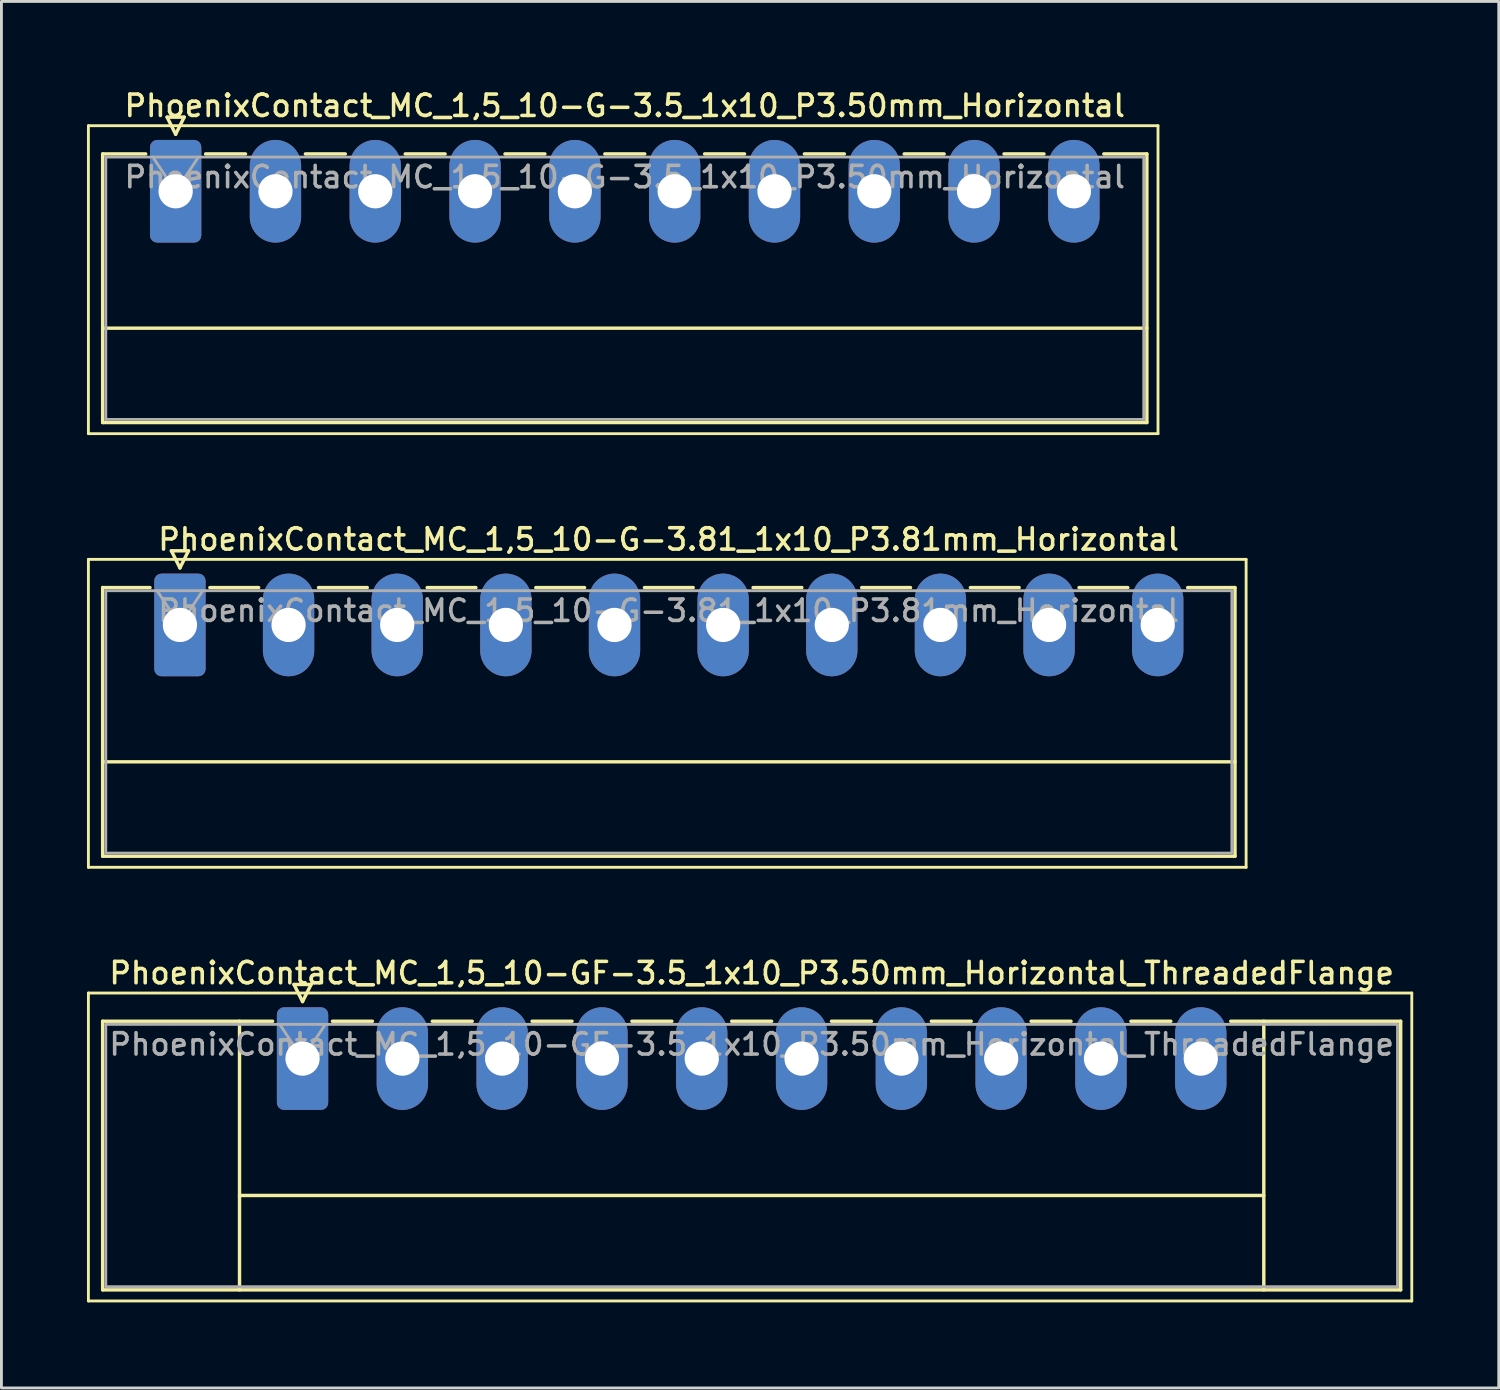
<source format=kicad_pcb>
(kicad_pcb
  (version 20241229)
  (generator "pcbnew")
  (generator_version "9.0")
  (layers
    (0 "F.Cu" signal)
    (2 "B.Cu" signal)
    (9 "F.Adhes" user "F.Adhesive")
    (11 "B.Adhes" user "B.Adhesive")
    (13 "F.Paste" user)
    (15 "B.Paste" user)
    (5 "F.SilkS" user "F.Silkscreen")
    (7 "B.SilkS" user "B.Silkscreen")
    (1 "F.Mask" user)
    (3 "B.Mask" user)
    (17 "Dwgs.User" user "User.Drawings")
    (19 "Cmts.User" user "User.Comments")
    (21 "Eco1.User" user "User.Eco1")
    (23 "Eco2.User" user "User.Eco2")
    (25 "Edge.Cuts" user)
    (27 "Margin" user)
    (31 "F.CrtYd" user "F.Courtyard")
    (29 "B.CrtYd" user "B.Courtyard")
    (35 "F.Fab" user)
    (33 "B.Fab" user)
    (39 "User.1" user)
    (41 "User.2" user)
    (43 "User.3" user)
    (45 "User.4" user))
  (footprint "PhoenixContact_MC_1,5_10-GF-3.5_1x10_P3.50mm_Horizontal_ThreadedFlange"
    (layer "F.Cu")
    (at 7.56 34.074)
    (property "Reference" "PhoenixContact_MC_1,5_10-GF-3.5_1x10_P3.50mm_Horizontal_ThreadedFlange" (at 15.75 -3 0) (layer "F.SilkS") (effects (font (size 0.75 0.75) (thickness 0.125))))
    (attr through_hole)
    (fp_line (start -7.51 -2.3) (end -7.51 8.5) (stroke (width 0.1) (type solid)) (layer "F.SilkS"))
    (fp_line (start -7.51 8.5) (end 38.9 8.5) (stroke (width 0.1) (type solid)) (layer "F.SilkS"))
    (fp_line (start -7.01 -1.31) (end -7.01 8.11) (stroke (width 0.12) (type solid)) (layer "F.SilkS"))
    (fp_line (start -7.01 -1.31) (end -1.05 -1.31) (stroke (width 0.12) (type solid)) (layer "F.SilkS"))
    (fp_line (start -7.01 8.11) (end 38.51 8.11) (stroke (width 0.12) (type solid)) (layer "F.SilkS"))
    (fp_line (start -2.21 -1.31) (end -2.21 8.11) (stroke (width 0.12) (type solid)) (layer "F.SilkS"))
    (fp_line (start -2.21 4.8) (end 33.71 4.8) (stroke (width 0.12) (type solid)) (layer "F.SilkS"))
    (fp_line (start -0.3 -2.6) (end 0.3 -2.6) (stroke (width 0.12) (type solid)) (layer "F.SilkS"))
    (fp_line (start 0 -2) (end -0.3 -2.6) (stroke (width 0.12) (type solid)) (layer "F.SilkS"))
    (fp_line (start 0.3 -2.6) (end 0 -2) (stroke (width 0.12) (type solid)) (layer "F.SilkS"))
    (fp_line (start 1.05 -1.31) (end 2.45 -1.31) (stroke (width 0.12) (type solid)) (layer "F.SilkS"))
    (fp_line (start 4.55 -1.31) (end 5.95 -1.31) (stroke (width 0.12) (type solid)) (layer "F.SilkS"))
    (fp_line (start 8.05 -1.31) (end 9.45 -1.31) (stroke (width 0.12) (type solid)) (layer "F.SilkS"))
    (fp_line (start 11.55 -1.31) (end 12.95 -1.31) (stroke (width 0.12) (type solid)) (layer "F.SilkS"))
    (fp_line (start 15.05 -1.31) (end 16.45 -1.31) (stroke (width 0.12) (type solid)) (layer "F.SilkS"))
    (fp_line (start 18.55 -1.31) (end 19.95 -1.31) (stroke (width 0.12) (type solid)) (layer "F.SilkS"))
    (fp_line (start 22.05 -1.31) (end 23.45 -1.31) (stroke (width 0.12) (type solid)) (layer "F.SilkS"))
    (fp_line (start 25.55 -1.31) (end 26.95 -1.31) (stroke (width 0.12) (type solid)) (layer "F.SilkS"))
    (fp_line (start 29.05 -1.31) (end 30.45 -1.31) (stroke (width 0.12) (type solid)) (layer "F.SilkS"))
    (fp_line (start 33.71 -1.31) (end 33.71 8.11) (stroke (width 0.12) (type solid)) (layer "F.SilkS"))
    (fp_line (start 38.51 -1.31) (end 32.55 -1.31) (stroke (width 0.12) (type solid)) (layer "F.SilkS"))
    (fp_line (start 38.51 8.11) (end 38.51 -1.31) (stroke (width 0.12) (type solid)) (layer "F.SilkS"))
    (fp_line (start 38.9 -2.3) (end -7.51 -2.3) (stroke (width 0.1) (type solid)) (layer "F.SilkS"))
    (fp_line (start 38.9 8.5) (end 38.9 -2.3) (stroke (width 0.1) (type solid)) (layer "F.SilkS"))
    (fp_line (start -6.9 -1.2) (end -6.9 8) (stroke (width 0.1) (type solid)) (layer "F.Fab"))
    (fp_line (start -6.9 8) (end 38.4 8) (stroke (width 0.1) (type solid)) (layer "F.Fab"))
    (fp_line (start 0 0) (end -0.8 -1.2) (stroke (width 0.1) (type solid)) (layer "F.Fab"))
    (fp_line (start 0.8 -1.2) (end 0 0) (stroke (width 0.1) (type solid)) (layer "F.Fab"))
    (fp_line (start 38.4 -1.2) (end -6.9 -1.2) (stroke (width 0.1) (type solid)) (layer "F.Fab"))
    (fp_line (start 38.4 8) (end 38.4 -1.2) (stroke (width 0.1) (type solid)) (layer "F.Fab"))
    (fp_text user "${REFERENCE}" (at 15.75 -0.5 0) (layer "F.Fab") (effects (font (size 0.75 0.75) (thickness 0.125))))
    (pad "1" thru_hole roundrect (at 0 0) (size 1.8 3.6) (drill 1.2) (layers "*.Cu" "*.Mask") (roundrect_rratio 0.139))
    (pad "2" thru_hole oval (at 3.5 0) (size 1.8 3.6) (drill 1.2) (layers "*.Cu" "*.Mask"))
    (pad "3" thru_hole oval (at 7 0) (size 1.8 3.6) (drill 1.2) (layers "*.Cu" "*.Mask"))
    (pad "4" thru_hole oval (at 10.5 0) (size 1.8 3.6) (drill 1.2) (layers "*.Cu" "*.Mask"))
    (pad "5" thru_hole oval (at 14 0) (size 1.8 3.6) (drill 1.2) (layers "*.Cu" "*.Mask"))
    (pad "6" thru_hole oval (at 17.5 0) (size 1.8 3.6) (drill 1.2) (layers "*.Cu" "*.Mask"))
    (pad "7" thru_hole oval (at 21 0) (size 1.8 3.6) (drill 1.2) (layers "*.Cu" "*.Mask"))
    (pad "8" thru_hole oval (at 24.5 0) (size 1.8 3.6) (drill 1.2) (layers "*.Cu" "*.Mask"))
    (pad "9" thru_hole oval (at 28 0) (size 1.8 3.6) (drill 1.2) (layers "*.Cu" "*.Mask"))
    (pad "10" thru_hole oval (at 31.5 0) (size 1.8 3.6) (drill 1.2) (layers "*.Cu" "*.Mask")))
  (footprint "PhoenixContact_MC_1,5_10-G-3.5_1x10_P3.50mm_Horizontal"
    (layer "F.Cu")
    (at 3.11 3.658)
    (property "Reference" "PhoenixContact_MC_1,5_10-G-3.5_1x10_P3.50mm_Horizontal" (at 15.75 -3 0) (layer "F.SilkS") (effects (font (size 0.75 0.75) (thickness 0.125))))
    (attr through_hole)
    (fp_line (start -3.06 -2.3) (end -3.06 8.5) (stroke (width 0.1) (type solid)) (layer "F.SilkS"))
    (fp_line (start -3.06 8.5) (end 34.45 8.5) (stroke (width 0.1) (type solid)) (layer "F.SilkS"))
    (fp_line (start -2.56 -1.31) (end -2.56 8.11) (stroke (width 0.12) (type solid)) (layer "F.SilkS"))
    (fp_line (start -2.56 -1.31) (end -1.05 -1.31) (stroke (width 0.12) (type solid)) (layer "F.SilkS"))
    (fp_line (start -2.56 4.8) (end 34.06 4.8) (stroke (width 0.12) (type solid)) (layer "F.SilkS"))
    (fp_line (start -2.56 8.11) (end 34.06 8.11) (stroke (width 0.12) (type solid)) (layer "F.SilkS"))
    (fp_line (start -0.3 -2.6) (end 0.3 -2.6) (stroke (width 0.12) (type solid)) (layer "F.SilkS"))
    (fp_line (start 0 -2) (end -0.3 -2.6) (stroke (width 0.12) (type solid)) (layer "F.SilkS"))
    (fp_line (start 0.3 -2.6) (end 0 -2) (stroke (width 0.12) (type solid)) (layer "F.SilkS"))
    (fp_line (start 1.05 -1.31) (end 2.45 -1.31) (stroke (width 0.12) (type solid)) (layer "F.SilkS"))
    (fp_line (start 4.55 -1.31) (end 5.95 -1.31) (stroke (width 0.12) (type solid)) (layer "F.SilkS"))
    (fp_line (start 8.05 -1.31) (end 9.45 -1.31) (stroke (width 0.12) (type solid)) (layer "F.SilkS"))
    (fp_line (start 11.55 -1.31) (end 12.95 -1.31) (stroke (width 0.12) (type solid)) (layer "F.SilkS"))
    (fp_line (start 15.05 -1.31) (end 16.45 -1.31) (stroke (width 0.12) (type solid)) (layer "F.SilkS"))
    (fp_line (start 18.55 -1.31) (end 19.95 -1.31) (stroke (width 0.12) (type solid)) (layer "F.SilkS"))
    (fp_line (start 22.05 -1.31) (end 23.45 -1.31) (stroke (width 0.12) (type solid)) (layer "F.SilkS"))
    (fp_line (start 25.55 -1.31) (end 26.95 -1.31) (stroke (width 0.12) (type solid)) (layer "F.SilkS"))
    (fp_line (start 29.05 -1.31) (end 30.45 -1.31) (stroke (width 0.12) (type solid)) (layer "F.SilkS"))
    (fp_line (start 34.06 -1.31) (end 32.55 -1.31) (stroke (width 0.12) (type solid)) (layer "F.SilkS"))
    (fp_line (start 34.06 8.11) (end 34.06 -1.31) (stroke (width 0.12) (type solid)) (layer "F.SilkS"))
    (fp_line (start 34.45 -2.3) (end -3.06 -2.3) (stroke (width 0.1) (type solid)) (layer "F.SilkS"))
    (fp_line (start 34.45 8.5) (end 34.45 -2.3) (stroke (width 0.1) (type solid)) (layer "F.SilkS"))
    (fp_line (start -2.45 -1.2) (end -2.45 8) (stroke (width 0.1) (type solid)) (layer "F.Fab"))
    (fp_line (start -2.45 8) (end 33.95 8) (stroke (width 0.1) (type solid)) (layer "F.Fab"))
    (fp_line (start 0 0) (end -0.8 -1.2) (stroke (width 0.1) (type solid)) (layer "F.Fab"))
    (fp_line (start 0.8 -1.2) (end 0 0) (stroke (width 0.1) (type solid)) (layer "F.Fab"))
    (fp_line (start 33.95 -1.2) (end -2.45 -1.2) (stroke (width 0.1) (type solid)) (layer "F.Fab"))
    (fp_line (start 33.95 8) (end 33.95 -1.2) (stroke (width 0.1) (type solid)) (layer "F.Fab"))
    (fp_text user "${REFERENCE}" (at 15.75 -0.5 0) (layer "F.Fab") (effects (font (size 0.75 0.75) (thickness 0.125))))
    (pad "1" thru_hole roundrect (at 0 0) (size 1.8 3.6) (drill 1.2) (layers "*.Cu" "*.Mask") (roundrect_rratio 0.139))
    (pad "2" thru_hole oval (at 3.5 0) (size 1.8 3.6) (drill 1.2) (layers "*.Cu" "*.Mask"))
    (pad "3" thru_hole oval (at 7 0) (size 1.8 3.6) (drill 1.2) (layers "*.Cu" "*.Mask"))
    (pad "4" thru_hole oval (at 10.5 0) (size 1.8 3.6) (drill 1.2) (layers "*.Cu" "*.Mask"))
    (pad "5" thru_hole oval (at 14 0) (size 1.8 3.6) (drill 1.2) (layers "*.Cu" "*.Mask"))
    (pad "6" thru_hole oval (at 17.5 0) (size 1.8 3.6) (drill 1.2) (layers "*.Cu" "*.Mask"))
    (pad "7" thru_hole oval (at 21 0) (size 1.8 3.6) (drill 1.2) (layers "*.Cu" "*.Mask"))
    (pad "8" thru_hole oval (at 24.5 0) (size 1.8 3.6) (drill 1.2) (layers "*.Cu" "*.Mask"))
    (pad "9" thru_hole oval (at 28 0) (size 1.8 3.6) (drill 1.2) (layers "*.Cu" "*.Mask"))
    (pad "10" thru_hole oval (at 31.5 0) (size 1.8 3.6) (drill 1.2) (layers "*.Cu" "*.Mask")))
  (footprint "PhoenixContact_MC_1,5_10-G-3.81_1x10_P3.81mm_Horizontal"
    (layer "F.Cu")
    (at 3.26 18.866)
    (property "Reference" "PhoenixContact_MC_1,5_10-G-3.81_1x10_P3.81mm_Horizontal" (at 17.14 -3 0) (layer "F.SilkS") (effects (font (size 0.75 0.75) (thickness 0.125))))
    (attr through_hole)
    (fp_line (start -3.21 -2.3) (end -3.21 8.5) (stroke (width 0.1) (type solid)) (layer "F.SilkS"))
    (fp_line (start -3.21 8.5) (end 37.39 8.5) (stroke (width 0.1) (type solid)) (layer "F.SilkS"))
    (fp_line (start -2.71 -1.31) (end -2.71 8.11) (stroke (width 0.12) (type solid)) (layer "F.SilkS"))
    (fp_line (start -2.71 -1.31) (end -1.05 -1.31) (stroke (width 0.12) (type solid)) (layer "F.SilkS"))
    (fp_line (start -2.71 4.8) (end 37 4.8) (stroke (width 0.12) (type solid)) (layer "F.SilkS"))
    (fp_line (start -2.71 8.11) (end 37 8.11) (stroke (width 0.12) (type solid)) (layer "F.SilkS"))
    (fp_line (start -0.3 -2.6) (end 0.3 -2.6) (stroke (width 0.12) (type solid)) (layer "F.SilkS"))
    (fp_line (start 0 -2) (end -0.3 -2.6) (stroke (width 0.12) (type solid)) (layer "F.SilkS"))
    (fp_line (start 0.3 -2.6) (end 0 -2) (stroke (width 0.12) (type solid)) (layer "F.SilkS"))
    (fp_line (start 1.05 -1.31) (end 2.76 -1.31) (stroke (width 0.12) (type solid)) (layer "F.SilkS"))
    (fp_line (start 4.86 -1.31) (end 6.57 -1.31) (stroke (width 0.12) (type solid)) (layer "F.SilkS"))
    (fp_line (start 8.67 -1.31) (end 10.38 -1.31) (stroke (width 0.12) (type solid)) (layer "F.SilkS"))
    (fp_line (start 12.48 -1.31) (end 14.19 -1.31) (stroke (width 0.12) (type solid)) (layer "F.SilkS"))
    (fp_line (start 16.29 -1.31) (end 18 -1.31) (stroke (width 0.12) (type solid)) (layer "F.SilkS"))
    (fp_line (start 20.1 -1.31) (end 21.81 -1.31) (stroke (width 0.12) (type solid)) (layer "F.SilkS"))
    (fp_line (start 23.91 -1.31) (end 25.62 -1.31) (stroke (width 0.12) (type solid)) (layer "F.SilkS"))
    (fp_line (start 27.72 -1.31) (end 29.43 -1.31) (stroke (width 0.12) (type solid)) (layer "F.SilkS"))
    (fp_line (start 31.53 -1.31) (end 33.24 -1.31) (stroke (width 0.12) (type solid)) (layer "F.SilkS"))
    (fp_line (start 37 -1.31) (end 35.34 -1.31) (stroke (width 0.12) (type solid)) (layer "F.SilkS"))
    (fp_line (start 37 8.11) (end 37 -1.31) (stroke (width 0.12) (type solid)) (layer "F.SilkS"))
    (fp_line (start 37.39 -2.3) (end -3.21 -2.3) (stroke (width 0.1) (type solid)) (layer "F.SilkS"))
    (fp_line (start 37.39 8.5) (end 37.39 -2.3) (stroke (width 0.1) (type solid)) (layer "F.SilkS"))
    (fp_line (start -2.6 -1.2) (end -2.6 8) (stroke (width 0.1) (type solid)) (layer "F.Fab"))
    (fp_line (start -2.6 8) (end 36.89 8) (stroke (width 0.1) (type solid)) (layer "F.Fab"))
    (fp_line (start 0 0) (end -0.8 -1.2) (stroke (width 0.1) (type solid)) (layer "F.Fab"))
    (fp_line (start 0.8 -1.2) (end 0 0) (stroke (width 0.1) (type solid)) (layer "F.Fab"))
    (fp_line (start 36.89 -1.2) (end -2.6 -1.2) (stroke (width 0.1) (type solid)) (layer "F.Fab"))
    (fp_line (start 36.89 8) (end 36.89 -1.2) (stroke (width 0.1) (type solid)) (layer "F.Fab"))
    (fp_text user "${REFERENCE}" (at 17.14 -0.5 0) (layer "F.Fab") (effects (font (size 0.75 0.75) (thickness 0.125))))
    (pad "1" thru_hole roundrect (at 0 0) (size 1.8 3.6) (drill 1.2) (layers "*.Cu" "*.Mask") (roundrect_rratio 0.139))
    (pad "2" thru_hole oval (at 3.81 0) (size 1.8 3.6) (drill 1.2) (layers "*.Cu" "*.Mask"))
    (pad "3" thru_hole oval (at 7.62 0) (size 1.8 3.6) (drill 1.2) (layers "*.Cu" "*.Mask"))
    (pad "4" thru_hole oval (at 11.43 0) (size 1.8 3.6) (drill 1.2) (layers "*.Cu" "*.Mask"))
    (pad "5" thru_hole oval (at 15.24 0) (size 1.8 3.6) (drill 1.2) (layers "*.Cu" "*.Mask"))
    (pad "6" thru_hole oval (at 19.05 0) (size 1.8 3.6) (drill 1.2) (layers "*.Cu" "*.Mask"))
    (pad "7" thru_hole oval (at 22.86 0) (size 1.8 3.6) (drill 1.2) (layers "*.Cu" "*.Mask"))
    (pad "8" thru_hole oval (at 26.67 0) (size 1.8 3.6) (drill 1.2) (layers "*.Cu" "*.Mask"))
    (pad "9" thru_hole oval (at 30.48 0) (size 1.8 3.6) (drill 1.2) (layers "*.Cu" "*.Mask"))
    (pad "10" thru_hole oval (at 34.29 0) (size 1.8 3.6) (drill 1.2) (layers "*.Cu" "*.Mask")))
  (gr_rect
    (start -3 -3)
    (end 49.51 45.624)
    (stroke (width 0.1) (type default))
    (fill no)
    (layer "Edge.Cuts")))
</source>
